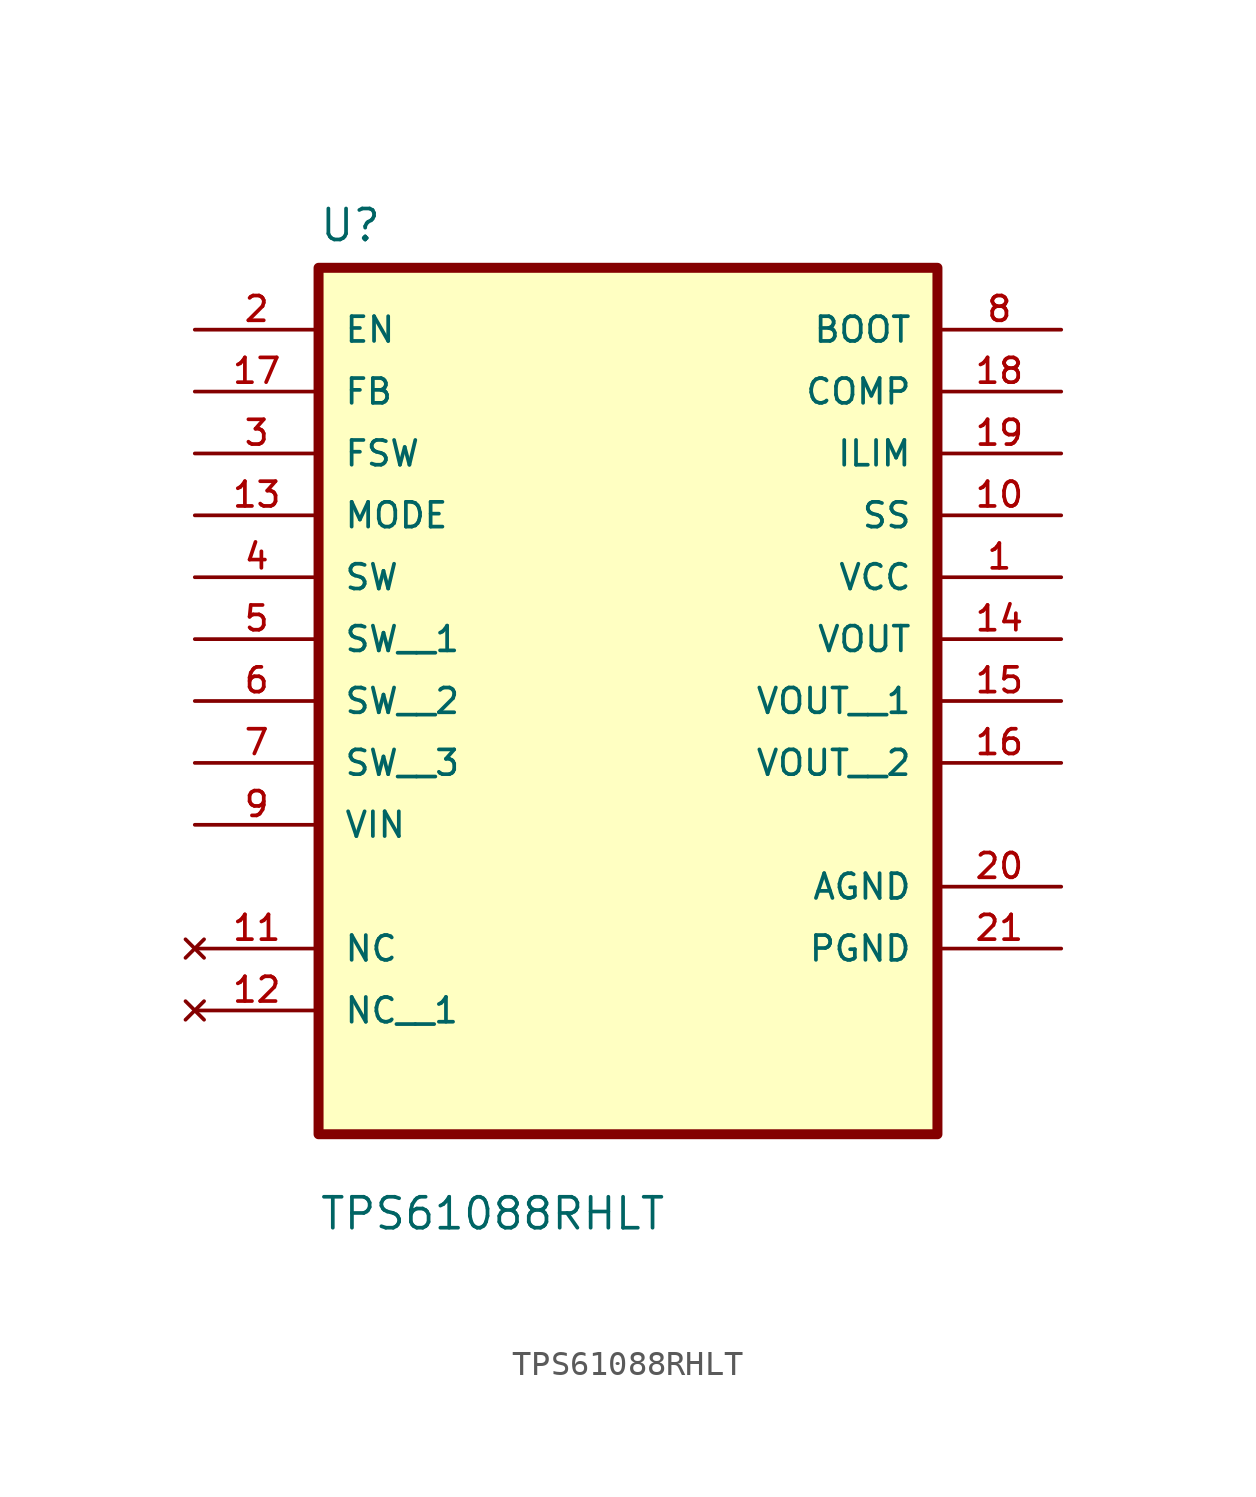
<source format=kicad_sym>
(kicad_symbol_lib
  (version 20211014)
  (generator kicad_symbol_editor)
  (symbol "TPS61088RHLT"
    (pin_names
      (offset 1.016))
    (property "Reference" "U"
      (at -12.7 13.7 0.0)
      (effects (font (size 1.27 1.27)) (justify bottom left)))
    (property "Value" "TPS61088RHLT"
      (at -12.7 -26.86 0.0)
      (effects (font (size 1.27 1.27)) (justify bottom left)))
    (symbol "TPS61088RHLT_0_0"
      (rectangle (start -12.7 -22.86) (end 12.7 12.7) (stroke (width 0.41)) (fill (type background)))
      (pin input line (at -17.78 10.16 0) (length 5.08) (name "EN" (effects (font (size 1.016 1.016)))) (number "2" (effects (font (size 1.016 1.016)))))
      (pin input line (at -17.78 7.62 0) (length 5.08) (name "FB" (effects (font (size 1.016 1.016)))) (number "17" (effects (font (size 1.016 1.016)))))
      (pin input line (at -17.78 5.08 0) (length 5.08) (name "FSW" (effects (font (size 1.016 1.016)))) (number "3" (effects (font (size 1.016 1.016)))))
      (pin input line (at -17.78 2.54 0) (length 5.08) (name "MODE" (effects (font (size 1.016 1.016)))) (number "13" (effects (font (size 1.016 1.016)))))
      (pin input line (at -17.78 0.0 0) (length 5.08) (name "SW" (effects (font (size 1.016 1.016)))) (number "4" (effects (font (size 1.016 1.016)))))
      (pin input line (at -17.78 -10.16 0) (length 5.08) (name "VIN" (effects (font (size 1.016 1.016)))) (number "9" (effects (font (size 1.016 1.016)))))
      (pin output line (at 17.78 10.16 180.0) (length 5.08) (name "BOOT" (effects (font (size 1.016 1.016)))) (number "8" (effects (font (size 1.016 1.016)))))
      (pin output line (at 17.78 7.62 180.0) (length 5.08) (name "COMP" (effects (font (size 1.016 1.016)))) (number "18" (effects (font (size 1.016 1.016)))))
      (pin output line (at 17.78 5.08 180.0) (length 5.08) (name "ILIM" (effects (font (size 1.016 1.016)))) (number "19" (effects (font (size 1.016 1.016)))))
      (pin output line (at 17.78 2.54 180.0) (length 5.08) (name "SS" (effects (font (size 1.016 1.016)))) (number "10" (effects (font (size 1.016 1.016)))))
      (pin output line (at 17.78 0.0 180.0) (length 5.08) (name "VCC" (effects (font (size 1.016 1.016)))) (number "1" (effects (font (size 1.016 1.016)))))
      (pin output line (at 17.78 -2.54 180.0) (length 5.08) (name "VOUT" (effects (font (size 1.016 1.016)))) (number "14" (effects (font (size 1.016 1.016)))))
      (pin power_in line (at 17.78 -12.7 180.0) (length 5.08) (name "AGND" (effects (font (size 1.016 1.016)))) (number "20" (effects (font (size 1.016 1.016)))))
      (pin power_in line (at 17.78 -15.24 180.0) (length 5.08) (name "PGND" (effects (font (size 1.016 1.016)))) (number "21" (effects (font (size 1.016 1.016)))))
      (pin no_connect line (at -17.78 -15.24 0) (length 5.08) (name "NC" (effects (font (size 1.016 1.016)))) (number "11" (effects (font (size 1.016 1.016)))))
      (pin input line (at -17.78 -2.54 0) (length 5.08) (name "SW__1" (effects (font (size 1.016 1.016)))) (number "5" (effects (font (size 1.016 1.016)))))
      (pin input line (at -17.78 -5.08 0) (length 5.08) (name "SW__2" (effects (font (size 1.016 1.016)))) (number "6" (effects (font (size 1.016 1.016)))))
      (pin input line (at -17.78 -7.62 0) (length 5.08) (name "SW__3" (effects (font (size 1.016 1.016)))) (number "7" (effects (font (size 1.016 1.016)))))
      (pin no_connect line (at -17.78 -17.78 0) (length 5.08) (name "NC__1" (effects (font (size 1.016 1.016)))) (number "12" (effects (font (size 1.016 1.016)))))
      (pin output line (at 17.78 -5.08 180.0) (length 5.08) (name "VOUT__1" (effects (font (size 1.016 1.016)))) (number "15" (effects (font (size 1.016 1.016)))))
      (pin output line (at 17.78 -7.62 180.0) (length 5.08) (name "VOUT__2" (effects (font (size 1.016 1.016)))) (number "16" (effects (font (size 1.016 1.016))))))))
</source>
